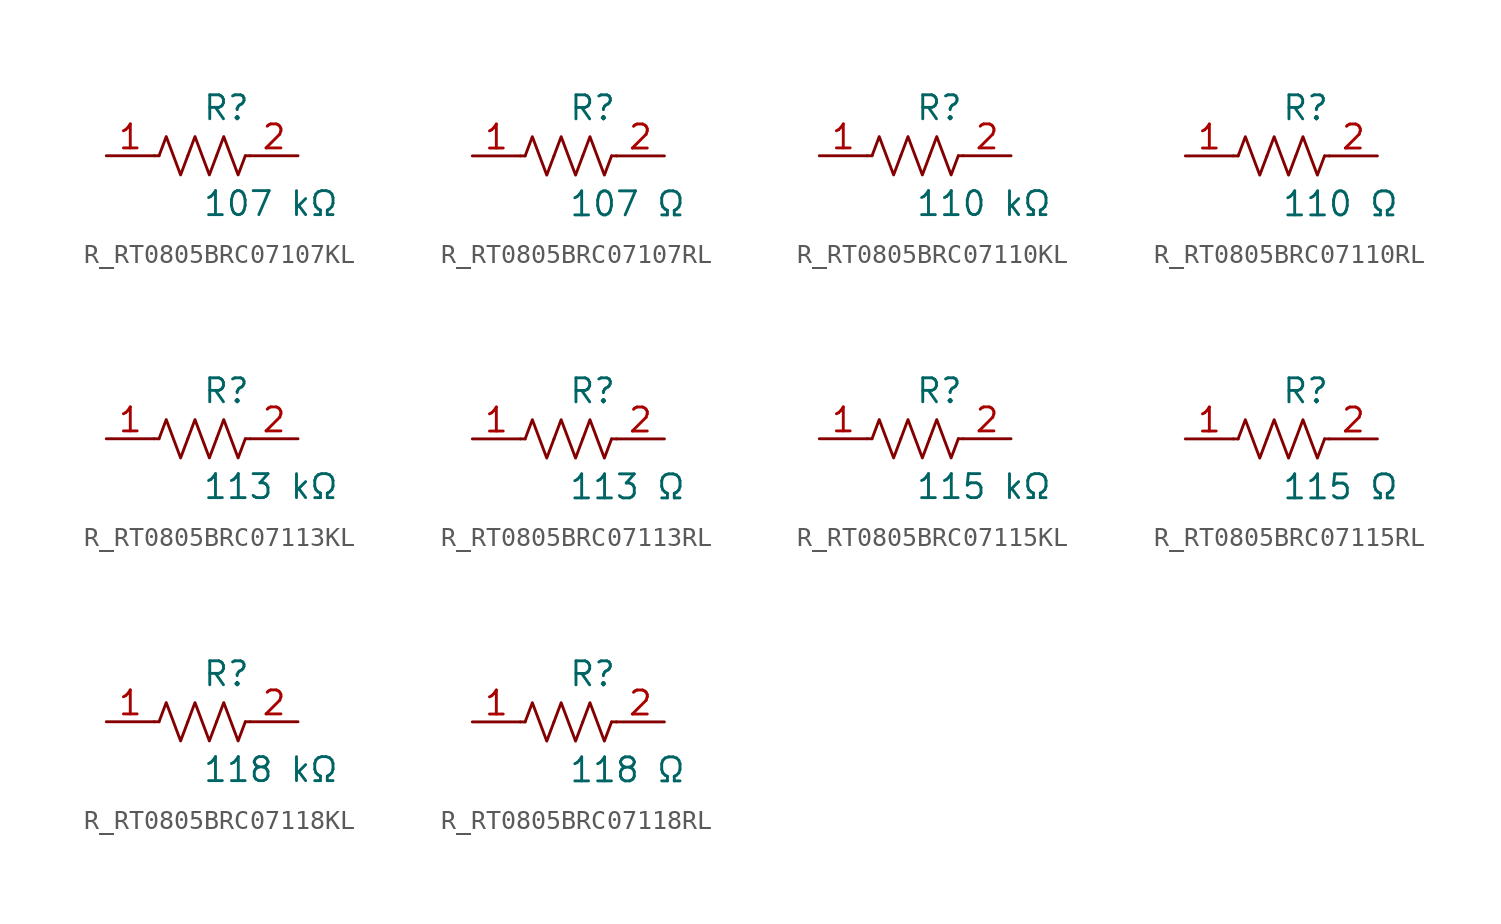
<source format=kicad_sym>
(kicad_symbol_lib
  (version 20231120)
  (generator kicad_symbol_editor)
  (generator_version 8.0)
  (symbol "R_RT0805BRC07107KL"
    (pin_names
      (offset 0.254))
    (property "Reference" "R"
      (at 0 2.54 0)
      (effects (font (size 1.27 1.27)) (justify left)))
    (property "Value" "107 kΩ"
      (at 0 -2.54 0)
      (effects (font (size 1.27 1.27)) (justify left)))
    (symbol "R_RT0805BRC07107KL_0_1"
      (polyline (pts (xy 2.286 0) (xy 2.54 0)) (stroke (width 0) (type default)) (fill (type none)))
      (polyline (pts (xy -2.286 0) (xy -2.54 0)) (stroke (width 0) (type default)) (fill (type none)))
      (polyline (pts (xy 0.762 0) (xy 1.143 1.016) (xy 1.524 0) (xy 1.905 -1.016) (xy 2.286 0)) (stroke (width 0) (type default)) (fill (type none)))
      (polyline (pts (xy -0.762 0) (xy -0.381 1.016) (xy 0 0) (xy 0.381 -1.016) (xy 0.762 0)) (stroke (width 0) (type default)) (fill (type none)))
      (polyline (pts (xy -2.286 0) (xy -1.905 1.016) (xy -1.524 0) (xy -1.143 -1.016) (xy -0.762 0)) (stroke (width 0) (type default)) (fill (type none))))
    (pin unspecified line
      (at -5.08 0 0)
      (length 2.54)
      (name "" (effects (font (size 1.27 1.27))))
      (number "1" (effects (font (size 1.27 1.27)))))
    (pin unspecified line
      (at 5.08 0 180)
      (length 2.54)
      (name "" (effects (font (size 1.27 1.27))))
      (number "2" (effects (font (size 1.27 1.27))))))
  (symbol "R_RT0805BRC07107RL"
    (pin_names
      (offset 0.254))
    (property "Reference" "R"
      (at 0 2.54 0)
      (effects (font (size 1.27 1.27)) (justify left)))
    (property "Value" "107 Ω"
      (at 0 -2.54 0)
      (effects (font (size 1.27 1.27)) (justify left)))
    (symbol "R_RT0805BRC07107RL_0_1"
      (polyline (pts (xy 2.286 0) (xy 2.54 0)) (stroke (width 0) (type default)) (fill (type none)))
      (polyline (pts (xy -2.286 0) (xy -2.54 0)) (stroke (width 0) (type default)) (fill (type none)))
      (polyline (pts (xy 0.762 0) (xy 1.143 1.016) (xy 1.524 0) (xy 1.905 -1.016) (xy 2.286 0)) (stroke (width 0) (type default)) (fill (type none)))
      (polyline (pts (xy -0.762 0) (xy -0.381 1.016) (xy 0 0) (xy 0.381 -1.016) (xy 0.762 0)) (stroke (width 0) (type default)) (fill (type none)))
      (polyline (pts (xy -2.286 0) (xy -1.905 1.016) (xy -1.524 0) (xy -1.143 -1.016) (xy -0.762 0)) (stroke (width 0) (type default)) (fill (type none))))
    (pin unspecified line
      (at -5.08 0 0)
      (length 2.54)
      (name "" (effects (font (size 1.27 1.27))))
      (number "1" (effects (font (size 1.27 1.27)))))
    (pin unspecified line
      (at 5.08 0 180)
      (length 2.54)
      (name "" (effects (font (size 1.27 1.27))))
      (number "2" (effects (font (size 1.27 1.27))))))
  (symbol "R_RT0805BRC07110KL"
    (pin_names
      (offset 0.254))
    (property "Reference" "R"
      (at 0 2.54 0)
      (effects (font (size 1.27 1.27)) (justify left)))
    (property "Value" "110 kΩ"
      (at 0 -2.54 0)
      (effects (font (size 1.27 1.27)) (justify left)))
    (symbol "R_RT0805BRC07110KL_0_1"
      (polyline (pts (xy 2.286 0) (xy 2.54 0)) (stroke (width 0) (type default)) (fill (type none)))
      (polyline (pts (xy -2.286 0) (xy -2.54 0)) (stroke (width 0) (type default)) (fill (type none)))
      (polyline (pts (xy 0.762 0) (xy 1.143 1.016) (xy 1.524 0) (xy 1.905 -1.016) (xy 2.286 0)) (stroke (width 0) (type default)) (fill (type none)))
      (polyline (pts (xy -0.762 0) (xy -0.381 1.016) (xy 0 0) (xy 0.381 -1.016) (xy 0.762 0)) (stroke (width 0) (type default)) (fill (type none)))
      (polyline (pts (xy -2.286 0) (xy -1.905 1.016) (xy -1.524 0) (xy -1.143 -1.016) (xy -0.762 0)) (stroke (width 0) (type default)) (fill (type none))))
    (pin unspecified line
      (at -5.08 0 0)
      (length 2.54)
      (name "" (effects (font (size 1.27 1.27))))
      (number "1" (effects (font (size 1.27 1.27)))))
    (pin unspecified line
      (at 5.08 0 180)
      (length 2.54)
      (name "" (effects (font (size 1.27 1.27))))
      (number "2" (effects (font (size 1.27 1.27))))))
  (symbol "R_RT0805BRC07110RL"
    (pin_names
      (offset 0.254))
    (property "Reference" "R"
      (at 0 2.54 0)
      (effects (font (size 1.27 1.27)) (justify left)))
    (property "Value" "110 Ω"
      (at 0 -2.54 0)
      (effects (font (size 1.27 1.27)) (justify left)))
    (symbol "R_RT0805BRC07110RL_0_1"
      (polyline (pts (xy 2.286 0) (xy 2.54 0)) (stroke (width 0) (type default)) (fill (type none)))
      (polyline (pts (xy -2.286 0) (xy -2.54 0)) (stroke (width 0) (type default)) (fill (type none)))
      (polyline (pts (xy 0.762 0) (xy 1.143 1.016) (xy 1.524 0) (xy 1.905 -1.016) (xy 2.286 0)) (stroke (width 0) (type default)) (fill (type none)))
      (polyline (pts (xy -0.762 0) (xy -0.381 1.016) (xy 0 0) (xy 0.381 -1.016) (xy 0.762 0)) (stroke (width 0) (type default)) (fill (type none)))
      (polyline (pts (xy -2.286 0) (xy -1.905 1.016) (xy -1.524 0) (xy -1.143 -1.016) (xy -0.762 0)) (stroke (width 0) (type default)) (fill (type none))))
    (pin unspecified line
      (at -5.08 0 0)
      (length 2.54)
      (name "" (effects (font (size 1.27 1.27))))
      (number "1" (effects (font (size 1.27 1.27)))))
    (pin unspecified line
      (at 5.08 0 180)
      (length 2.54)
      (name "" (effects (font (size 1.27 1.27))))
      (number "2" (effects (font (size 1.27 1.27))))))
  (symbol "R_RT0805BRC07113KL"
    (pin_names
      (offset 0.254))
    (property "Reference" "R"
      (at 0 2.54 0)
      (effects (font (size 1.27 1.27)) (justify left)))
    (property "Value" "113 kΩ"
      (at 0 -2.54 0)
      (effects (font (size 1.27 1.27)) (justify left)))
    (symbol "R_RT0805BRC07113KL_0_1"
      (polyline (pts (xy 2.286 0) (xy 2.54 0)) (stroke (width 0) (type default)) (fill (type none)))
      (polyline (pts (xy -2.286 0) (xy -2.54 0)) (stroke (width 0) (type default)) (fill (type none)))
      (polyline (pts (xy 0.762 0) (xy 1.143 1.016) (xy 1.524 0) (xy 1.905 -1.016) (xy 2.286 0)) (stroke (width 0) (type default)) (fill (type none)))
      (polyline (pts (xy -0.762 0) (xy -0.381 1.016) (xy 0 0) (xy 0.381 -1.016) (xy 0.762 0)) (stroke (width 0) (type default)) (fill (type none)))
      (polyline (pts (xy -2.286 0) (xy -1.905 1.016) (xy -1.524 0) (xy -1.143 -1.016) (xy -0.762 0)) (stroke (width 0) (type default)) (fill (type none))))
    (pin unspecified line
      (at -5.08 0 0)
      (length 2.54)
      (name "" (effects (font (size 1.27 1.27))))
      (number "1" (effects (font (size 1.27 1.27)))))
    (pin unspecified line
      (at 5.08 0 180)
      (length 2.54)
      (name "" (effects (font (size 1.27 1.27))))
      (number "2" (effects (font (size 1.27 1.27))))))
  (symbol "R_RT0805BRC07113RL"
    (pin_names
      (offset 0.254))
    (property "Reference" "R"
      (at 0 2.54 0)
      (effects (font (size 1.27 1.27)) (justify left)))
    (property "Value" "113 Ω"
      (at 0 -2.54 0)
      (effects (font (size 1.27 1.27)) (justify left)))
    (symbol "R_RT0805BRC07113RL_0_1"
      (polyline (pts (xy 2.286 0) (xy 2.54 0)) (stroke (width 0) (type default)) (fill (type none)))
      (polyline (pts (xy -2.286 0) (xy -2.54 0)) (stroke (width 0) (type default)) (fill (type none)))
      (polyline (pts (xy 0.762 0) (xy 1.143 1.016) (xy 1.524 0) (xy 1.905 -1.016) (xy 2.286 0)) (stroke (width 0) (type default)) (fill (type none)))
      (polyline (pts (xy -0.762 0) (xy -0.381 1.016) (xy 0 0) (xy 0.381 -1.016) (xy 0.762 0)) (stroke (width 0) (type default)) (fill (type none)))
      (polyline (pts (xy -2.286 0) (xy -1.905 1.016) (xy -1.524 0) (xy -1.143 -1.016) (xy -0.762 0)) (stroke (width 0) (type default)) (fill (type none))))
    (pin unspecified line
      (at -5.08 0 0)
      (length 2.54)
      (name "" (effects (font (size 1.27 1.27))))
      (number "1" (effects (font (size 1.27 1.27)))))
    (pin unspecified line
      (at 5.08 0 180)
      (length 2.54)
      (name "" (effects (font (size 1.27 1.27))))
      (number "2" (effects (font (size 1.27 1.27))))))
  (symbol "R_RT0805BRC07115KL"
    (pin_names
      (offset 0.254))
    (property "Reference" "R"
      (at 0 2.54 0)
      (effects (font (size 1.27 1.27)) (justify left)))
    (property "Value" "115 kΩ"
      (at 0 -2.54 0)
      (effects (font (size 1.27 1.27)) (justify left)))
    (symbol "R_RT0805BRC07115KL_0_1"
      (polyline (pts (xy 2.286 0) (xy 2.54 0)) (stroke (width 0) (type default)) (fill (type none)))
      (polyline (pts (xy -2.286 0) (xy -2.54 0)) (stroke (width 0) (type default)) (fill (type none)))
      (polyline (pts (xy 0.762 0) (xy 1.143 1.016) (xy 1.524 0) (xy 1.905 -1.016) (xy 2.286 0)) (stroke (width 0) (type default)) (fill (type none)))
      (polyline (pts (xy -0.762 0) (xy -0.381 1.016) (xy 0 0) (xy 0.381 -1.016) (xy 0.762 0)) (stroke (width 0) (type default)) (fill (type none)))
      (polyline (pts (xy -2.286 0) (xy -1.905 1.016) (xy -1.524 0) (xy -1.143 -1.016) (xy -0.762 0)) (stroke (width 0) (type default)) (fill (type none))))
    (pin unspecified line
      (at -5.08 0 0)
      (length 2.54)
      (name "" (effects (font (size 1.27 1.27))))
      (number "1" (effects (font (size 1.27 1.27)))))
    (pin unspecified line
      (at 5.08 0 180)
      (length 2.54)
      (name "" (effects (font (size 1.27 1.27))))
      (number "2" (effects (font (size 1.27 1.27))))))
  (symbol "R_RT0805BRC07115RL"
    (pin_names
      (offset 0.254))
    (property "Reference" "R"
      (at 0 2.54 0)
      (effects (font (size 1.27 1.27)) (justify left)))
    (property "Value" "115 Ω"
      (at 0 -2.54 0)
      (effects (font (size 1.27 1.27)) (justify left)))
    (symbol "R_RT0805BRC07115RL_0_1"
      (polyline (pts (xy 2.286 0) (xy 2.54 0)) (stroke (width 0) (type default)) (fill (type none)))
      (polyline (pts (xy -2.286 0) (xy -2.54 0)) (stroke (width 0) (type default)) (fill (type none)))
      (polyline (pts (xy 0.762 0) (xy 1.143 1.016) (xy 1.524 0) (xy 1.905 -1.016) (xy 2.286 0)) (stroke (width 0) (type default)) (fill (type none)))
      (polyline (pts (xy -0.762 0) (xy -0.381 1.016) (xy 0 0) (xy 0.381 -1.016) (xy 0.762 0)) (stroke (width 0) (type default)) (fill (type none)))
      (polyline (pts (xy -2.286 0) (xy -1.905 1.016) (xy -1.524 0) (xy -1.143 -1.016) (xy -0.762 0)) (stroke (width 0) (type default)) (fill (type none))))
    (pin unspecified line
      (at -5.08 0 0)
      (length 2.54)
      (name "" (effects (font (size 1.27 1.27))))
      (number "1" (effects (font (size 1.27 1.27)))))
    (pin unspecified line
      (at 5.08 0 180)
      (length 2.54)
      (name "" (effects (font (size 1.27 1.27))))
      (number "2" (effects (font (size 1.27 1.27))))))
  (symbol "R_RT0805BRC07118KL"
    (pin_names
      (offset 0.254))
    (property "Reference" "R"
      (at 0 2.54 0)
      (effects (font (size 1.27 1.27)) (justify left)))
    (property "Value" "118 kΩ"
      (at 0 -2.54 0)
      (effects (font (size 1.27 1.27)) (justify left)))
    (symbol "R_RT0805BRC07118KL_0_1"
      (polyline (pts (xy 2.286 0) (xy 2.54 0)) (stroke (width 0) (type default)) (fill (type none)))
      (polyline (pts (xy -2.286 0) (xy -2.54 0)) (stroke (width 0) (type default)) (fill (type none)))
      (polyline (pts (xy 0.762 0) (xy 1.143 1.016) (xy 1.524 0) (xy 1.905 -1.016) (xy 2.286 0)) (stroke (width 0) (type default)) (fill (type none)))
      (polyline (pts (xy -0.762 0) (xy -0.381 1.016) (xy 0 0) (xy 0.381 -1.016) (xy 0.762 0)) (stroke (width 0) (type default)) (fill (type none)))
      (polyline (pts (xy -2.286 0) (xy -1.905 1.016) (xy -1.524 0) (xy -1.143 -1.016) (xy -0.762 0)) (stroke (width 0) (type default)) (fill (type none))))
    (pin unspecified line
      (at -5.08 0 0)
      (length 2.54)
      (name "" (effects (font (size 1.27 1.27))))
      (number "1" (effects (font (size 1.27 1.27)))))
    (pin unspecified line
      (at 5.08 0 180)
      (length 2.54)
      (name "" (effects (font (size 1.27 1.27))))
      (number "2" (effects (font (size 1.27 1.27))))))
  (symbol "R_RT0805BRC07118RL"
    (pin_names
      (offset 0.254))
    (property "Reference" "R"
      (at 0 2.54 0)
      (effects (font (size 1.27 1.27)) (justify left)))
    (property "Value" "118 Ω"
      (at 0 -2.54 0)
      (effects (font (size 1.27 1.27)) (justify left)))
    (symbol "R_RT0805BRC07118RL_0_1"
      (polyline (pts (xy 2.286 0) (xy 2.54 0)) (stroke (width 0) (type default)) (fill (type none)))
      (polyline (pts (xy -2.286 0) (xy -2.54 0)) (stroke (width 0) (type default)) (fill (type none)))
      (polyline (pts (xy 0.762 0) (xy 1.143 1.016) (xy 1.524 0) (xy 1.905 -1.016) (xy 2.286 0)) (stroke (width 0) (type default)) (fill (type none)))
      (polyline (pts (xy -0.762 0) (xy -0.381 1.016) (xy 0 0) (xy 0.381 -1.016) (xy 0.762 0)) (stroke (width 0) (type default)) (fill (type none)))
      (polyline (pts (xy -2.286 0) (xy -1.905 1.016) (xy -1.524 0) (xy -1.143 -1.016) (xy -0.762 0)) (stroke (width 0) (type default)) (fill (type none))))
    (pin unspecified line
      (at -5.08 0 0)
      (length 2.54)
      (name "" (effects (font (size 1.27 1.27))))
      (number "1" (effects (font (size 1.27 1.27)))))
    (pin unspecified line
      (at 5.08 0 180)
      (length 2.54)
      (name "" (effects (font (size 1.27 1.27))))
      (number "2" (effects (font (size 1.27 1.27)))))))
</source>
